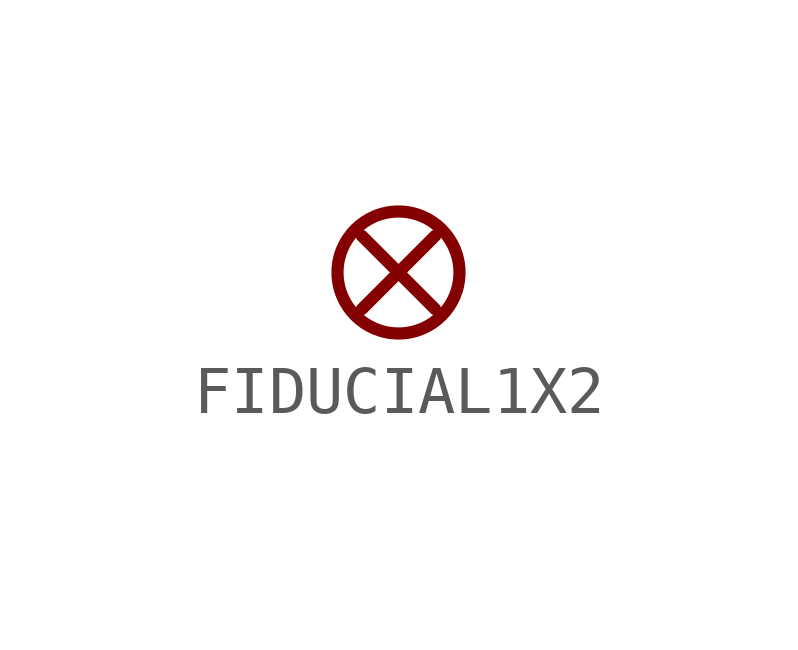
<source format=kicad_sym>
(kicad_symbol_lib
  (version 20211014)
  (generator kicad_symbol_editor)
  (symbol "FIDUCIAL1X2"
    (property "Reference" ""
      (at 0 0 0)
      (effects (font (size 1.27 1.27)) hide))
    (property "ki_locked" ""
      (at 0 0 0)
      (effects (font (size 1.27 1.27))))
    (symbol "FIDUCIAL1X2_1_0"
      (polyline (pts (xy -0.762 0.762) (xy 0.762 -0.762)) (stroke (width 0.254) (type default) (color 0 0 0 0)) (fill (type none)))
      (polyline (pts (xy 0.762 0.762) (xy -0.762 -0.762)) (stroke (width 0.254) (type default) (color 0 0 0 0)) (fill (type none)))
      (circle (center 0 0) (radius 1.27) (stroke (width 0.254) (type default) (color 0 0 0 0)) (fill (type none))))))
</source>
